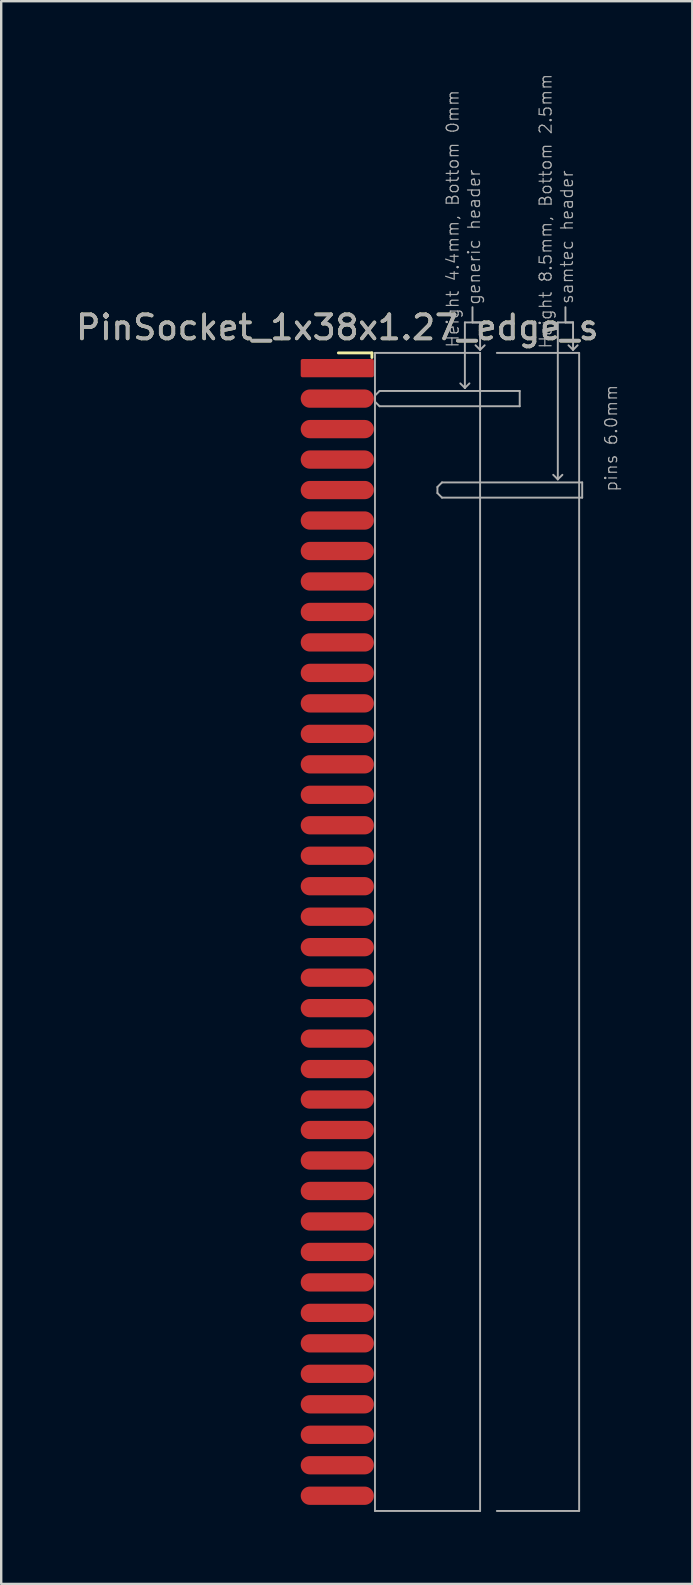
<source format=kicad_pcb>
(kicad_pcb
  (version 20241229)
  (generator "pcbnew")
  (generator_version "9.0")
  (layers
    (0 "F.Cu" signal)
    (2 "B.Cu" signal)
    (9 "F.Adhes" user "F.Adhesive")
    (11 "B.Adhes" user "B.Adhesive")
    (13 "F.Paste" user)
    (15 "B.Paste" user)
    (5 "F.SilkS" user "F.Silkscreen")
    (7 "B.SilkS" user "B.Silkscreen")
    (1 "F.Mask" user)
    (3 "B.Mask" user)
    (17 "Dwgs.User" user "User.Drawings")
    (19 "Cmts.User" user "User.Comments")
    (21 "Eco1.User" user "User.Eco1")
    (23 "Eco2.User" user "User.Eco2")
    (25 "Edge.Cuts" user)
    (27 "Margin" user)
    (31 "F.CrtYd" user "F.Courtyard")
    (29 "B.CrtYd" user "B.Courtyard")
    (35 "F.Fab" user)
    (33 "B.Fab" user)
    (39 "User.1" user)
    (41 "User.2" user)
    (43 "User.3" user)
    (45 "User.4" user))
  (footprint "PinSocket_1x38x1.27_edge_s"
    (layer "F.Cu")
    (at 12.576 35.787)
    (property "Reference" "PinSocket_1x38x1.27_edge_s" (at -1.57 -25.19 0) (layer "F.SilkS") (effects (font (size 1 1) (thickness 0.15))))
    (attr smd)
    (fp_line (start -1.524 -24.13) (end -0.127 -24.13) (stroke (width 0.12) (type solid)) (layer "F.SilkS"))
    (fp_line (start -0.127 -24.13) (end -0.127 -23.939) (stroke (width 0.12) (type solid)) (layer "F.SilkS"))
    (fp_line (start 0 -24.13) (end 4.381 -24.13) (stroke (width 0.08) (type solid)) (layer "F.Fab"))
    (fp_line (start 0 -22.352) (end 0 -22.098) (stroke (width 0.08) (type solid)) (layer "F.Fab"))
    (fp_line (start 0 24.13) (end 0 -24.13) (stroke (width 0.08) (type solid)) (layer "F.Fab"))
    (fp_line (start 0.191 -22.543) (end 0 -22.352) (stroke (width 0.08) (type solid)) (layer "F.Fab"))
    (fp_line (start 0.191 -22.543) (end 6.032 -22.543) (stroke (width 0.08) (type solid)) (layer "F.Fab"))
    (fp_line (start 0.191 -21.907) (end 0 -22.098) (stroke (width 0.08) (type solid)) (layer "F.Fab"))
    (fp_line (start 0.191 -21.907) (end 6.032 -21.907) (stroke (width 0.08) (type solid)) (layer "F.Fab"))
    (fp_line (start 2.603 -18.288) (end 2.603 -18.542) (stroke (width 0.08) (type solid)) (layer "F.Fab"))
    (fp_line (start 2.794 -18.733) (end 2.603 -18.542) (stroke (width 0.08) (type solid)) (layer "F.Fab"))
    (fp_line (start 2.794 -18.733) (end 8.636 -18.733) (stroke (width 0.08) (type solid)) (layer "F.Fab"))
    (fp_line (start 2.794 -18.098) (end 2.603 -18.288) (stroke (width 0.08) (type solid)) (layer "F.Fab"))
    (fp_line (start 2.794 -18.098) (end 8.636 -18.098) (stroke (width 0.08) (type solid)) (layer "F.Fab"))
    (fp_line (start 3.747 -25.4) (end 4.381 -25.4) (stroke (width 0.08) (type solid)) (layer "F.Fab"))
    (fp_line (start 3.747 -22.669) (end 3.556 -22.86) (stroke (width 0.08) (type solid)) (layer "F.Fab"))
    (fp_line (start 3.747 -22.669) (end 3.747 -25.4) (stroke (width 0.08) (type solid)) (layer "F.Fab"))
    (fp_line (start 3.747 -22.669) (end 3.937 -22.86) (stroke (width 0.08) (type solid)) (layer "F.Fab"))
    (fp_line (start 4.064 -25.4) (end 4.064 -26.035) (stroke (width 0.08) (type solid)) (layer "F.Fab"))
    (fp_line (start 4.381 -25.4) (end 4.064 -25.4) (stroke (width 0.08) (type solid)) (layer "F.Fab"))
    (fp_line (start 4.381 -24.257) (end 4.191 -24.448) (stroke (width 0.08) (type solid)) (layer "F.Fab"))
    (fp_line (start 4.381 -24.257) (end 4.381 -25.4) (stroke (width 0.08) (type solid)) (layer "F.Fab"))
    (fp_line (start 4.381 -24.257) (end 4.572 -24.448) (stroke (width 0.08) (type solid)) (layer "F.Fab"))
    (fp_line (start 4.381 -24.13) (end 4.381 24.13) (stroke (width 0.08) (type solid)) (layer "F.Fab"))
    (fp_line (start 4.381 24.13) (end 0 24.13) (stroke (width 0.08) (type solid)) (layer "F.Fab"))
    (fp_line (start 5.08 -24.13) (end 8.509 -24.13) (stroke (width 0.08) (type solid)) (layer "F.Fab"))
    (fp_line (start 6.032 -22.543) (end 6.032 -21.907) (stroke (width 0.08) (type solid)) (layer "F.Fab"))
    (fp_line (start 7.62 -25.4) (end 8.255 -25.4) (stroke (width 0.08) (type solid)) (layer "F.Fab"))
    (fp_line (start 7.62 -18.86) (end 7.429 -19.05) (stroke (width 0.08) (type solid)) (layer "F.Fab"))
    (fp_line (start 7.62 -18.86) (end 7.62 -25.4) (stroke (width 0.08) (type solid)) (layer "F.Fab"))
    (fp_line (start 7.62 -18.86) (end 7.811 -19.05) (stroke (width 0.08) (type solid)) (layer "F.Fab"))
    (fp_line (start 7.938 -25.4) (end 7.938 -26.035) (stroke (width 0.08) (type solid)) (layer "F.Fab"))
    (fp_line (start 8.255 -25.4) (end 7.938 -25.4) (stroke (width 0.08) (type solid)) (layer "F.Fab"))
    (fp_line (start 8.255 -24.257) (end 8.065 -24.448) (stroke (width 0.08) (type solid)) (layer "F.Fab"))
    (fp_line (start 8.255 -24.257) (end 8.255 -25.4) (stroke (width 0.08) (type solid)) (layer "F.Fab"))
    (fp_line (start 8.255 -24.257) (end 8.445 -24.448) (stroke (width 0.08) (type solid)) (layer "F.Fab"))
    (fp_line (start 8.509 -24.13) (end 8.509 24.13) (stroke (width 0.08) (type solid)) (layer "F.Fab"))
    (fp_line (start 8.509 24.13) (end 5.08 24.13) (stroke (width 0.08) (type solid)) (layer "F.Fab"))
    (fp_line (start 8.636 -18.098) (end 8.636 -18.733) (stroke (width 0.08) (type solid)) (layer "F.Fab"))
    (fp_text user "generic header" (at 4.128 -28.956 270) (layer "F.Fab") (effects (font (size 0.5 0.5) (thickness 0.05))))
    (fp_text user "${REFERENCE}" (at -1.57 -25.19 0) (layer "F.Fab") (effects (font (size 1 1) (thickness 0.15))))
    (fp_text user "Height 8.5mm, Bottom 2.5mm" (at 7.112 -30.035 270) (layer "F.Fab") (effects (font (size 0.5 0.5) (thickness 0.05))))
    (fp_text user "Height 4.4mm, Bottom 0mm" (at 3.239 -29.718 270) (layer "F.Fab") (effects (font (size 0.5 0.5) (thickness 0.05))))
    (fp_text user "pins 6.0mm" (at 9.842 -20.574 270) (layer "F.Fab") (effects (font (size 0.5 0.5) (thickness 0.05))))
    (fp_text user "samtec header" (at 8.001 -28.956 270) (layer "F.Fab") (effects (font (size 0.5 0.5) (thickness 0.05))))
    (pad "1" smd roundrect (at -1.57 -23.495) (size 3.048 0.762) (layers "F.Cu" "F.Mask" "F.Paste") (roundrect_rratio 0.1))
    (pad "2" smd oval (at -1.57 -22.225) (size 3.048 0.762) (layers "F.Cu" "F.Mask" "F.Paste"))
    (pad "3" smd oval (at -1.57 -20.955) (size 3.048 0.762) (layers "F.Cu" "F.Mask" "F.Paste"))
    (pad "4" smd oval (at -1.57 -19.685) (size 3.048 0.762) (layers "F.Cu" "F.Mask" "F.Paste"))
    (pad "5" smd oval (at -1.57 -18.415) (size 3.048 0.762) (layers "F.Cu" "F.Mask" "F.Paste"))
    (pad "6" smd oval (at -1.57 -17.145) (size 3.048 0.762) (layers "F.Cu" "F.Mask" "F.Paste"))
    (pad "7" smd oval (at -1.57 -15.875) (size 3.048 0.762) (layers "F.Cu" "F.Mask" "F.Paste"))
    (pad "8" smd oval (at -1.57 -14.605) (size 3.048 0.762) (layers "F.Cu" "F.Mask" "F.Paste"))
    (pad "9" smd oval (at -1.57 -13.335) (size 3.048 0.762) (layers "F.Cu" "F.Mask" "F.Paste"))
    (pad "10" smd oval (at -1.57 -12.065) (size 3.048 0.762) (layers "F.Cu" "F.Mask" "F.Paste"))
    (pad "11" smd oval (at -1.57 -10.795) (size 3.048 0.762) (layers "F.Cu" "F.Mask" "F.Paste"))
    (pad "12" smd oval (at -1.57 -9.525) (size 3.048 0.762) (layers "F.Cu" "F.Mask" "F.Paste"))
    (pad "13" smd oval (at -1.57 -8.255) (size 3.048 0.762) (layers "F.Cu" "F.Mask" "F.Paste"))
    (pad "14" smd oval (at -1.57 -6.985) (size 3.048 0.762) (layers "F.Cu" "F.Mask" "F.Paste"))
    (pad "15" smd oval (at -1.57 -5.715) (size 3.048 0.762) (layers "F.Cu" "F.Mask" "F.Paste"))
    (pad "16" smd oval (at -1.57 -4.445) (size 3.048 0.762) (layers "F.Cu" "F.Mask" "F.Paste"))
    (pad "17" smd oval (at -1.57 -3.175) (size 3.048 0.762) (layers "F.Cu" "F.Mask" "F.Paste"))
    (pad "18" smd oval (at -1.57 -1.905) (size 3.048 0.762) (layers "F.Cu" "F.Mask" "F.Paste"))
    (pad "19" smd oval (at -1.57 -0.635) (size 3.048 0.762) (layers "F.Cu" "F.Mask" "F.Paste"))
    (pad "20" smd oval (at -1.57 0.635) (size 3.048 0.762) (layers "F.Cu" "F.Mask" "F.Paste"))
    (pad "21" smd oval (at -1.57 1.905) (size 3.048 0.762) (layers "F.Cu" "F.Mask" "F.Paste"))
    (pad "22" smd oval (at -1.57 3.175) (size 3.048 0.762) (layers "F.Cu" "F.Mask" "F.Paste"))
    (pad "23" smd oval (at -1.57 4.445) (size 3.048 0.762) (layers "F.Cu" "F.Mask" "F.Paste"))
    (pad "24" smd oval (at -1.57 5.715) (size 3.048 0.762) (layers "F.Cu" "F.Mask" "F.Paste"))
    (pad "25" smd oval (at -1.57 6.985) (size 3.048 0.762) (layers "F.Cu" "F.Mask" "F.Paste"))
    (pad "26" smd oval (at -1.57 8.255) (size 3.048 0.762) (layers "F.Cu" "F.Mask" "F.Paste"))
    (pad "27" smd oval (at -1.57 9.525) (size 3.048 0.762) (layers "F.Cu" "F.Mask" "F.Paste"))
    (pad "28" smd oval (at -1.57 10.795) (size 3.048 0.762) (layers "F.Cu" "F.Mask" "F.Paste"))
    (pad "29" smd oval (at -1.57 12.065) (size 3.048 0.762) (layers "F.Cu" "F.Mask" "F.Paste"))
    (pad "30" smd oval (at -1.57 13.335) (size 3.048 0.762) (layers "F.Cu" "F.Mask" "F.Paste"))
    (pad "31" smd oval (at -1.57 14.605) (size 3.048 0.762) (layers "F.Cu" "F.Mask" "F.Paste"))
    (pad "32" smd oval (at -1.57 15.875) (size 3.048 0.762) (layers "F.Cu" "F.Mask" "F.Paste"))
    (pad "33" smd oval (at -1.57 17.145) (size 3.048 0.762) (layers "F.Cu" "F.Mask" "F.Paste"))
    (pad "34" smd oval (at -1.57 18.415) (size 3.048 0.762) (layers "F.Cu" "F.Mask" "F.Paste"))
    (pad "35" smd oval (at -1.57 19.685) (size 3.048 0.762) (layers "F.Cu" "F.Mask" "F.Paste"))
    (pad "36" smd oval (at -1.57 20.955) (size 3.048 0.762) (layers "F.Cu" "F.Mask" "F.Paste"))
    (pad "37" smd oval (at -1.57 22.225) (size 3.048 0.762) (layers "F.Cu" "F.Mask" "F.Paste"))
    (pad "38" smd oval (at -1.57 23.495) (size 3.048 0.762) (layers "F.Cu" "F.Mask" "F.Paste")))
  (gr_rect
    (start -3 -3)
    (end 25.799 62.957)
    (stroke (width 0.1) (type default))
    (fill no)
    (layer "Edge.Cuts")))
</source>
